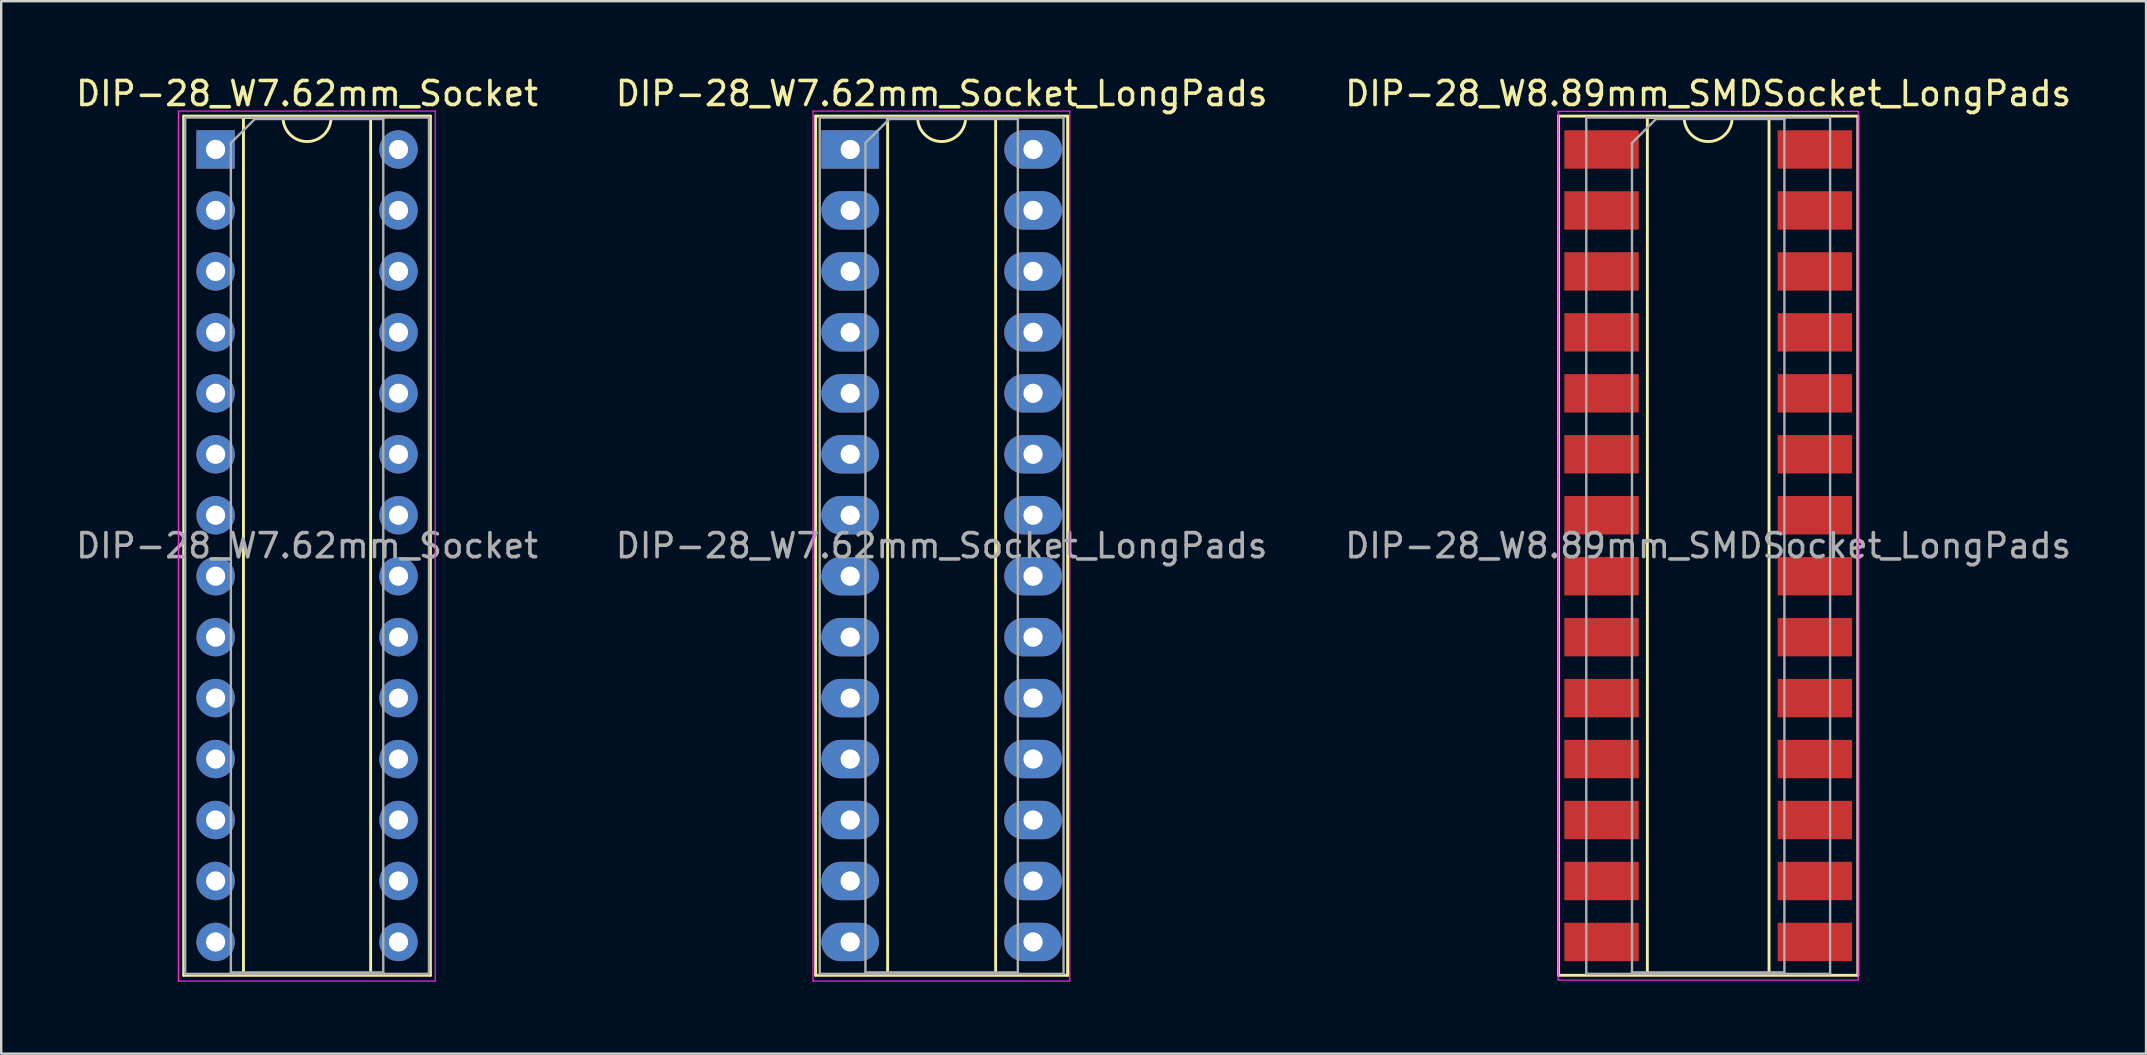
<source format=kicad_pcb>
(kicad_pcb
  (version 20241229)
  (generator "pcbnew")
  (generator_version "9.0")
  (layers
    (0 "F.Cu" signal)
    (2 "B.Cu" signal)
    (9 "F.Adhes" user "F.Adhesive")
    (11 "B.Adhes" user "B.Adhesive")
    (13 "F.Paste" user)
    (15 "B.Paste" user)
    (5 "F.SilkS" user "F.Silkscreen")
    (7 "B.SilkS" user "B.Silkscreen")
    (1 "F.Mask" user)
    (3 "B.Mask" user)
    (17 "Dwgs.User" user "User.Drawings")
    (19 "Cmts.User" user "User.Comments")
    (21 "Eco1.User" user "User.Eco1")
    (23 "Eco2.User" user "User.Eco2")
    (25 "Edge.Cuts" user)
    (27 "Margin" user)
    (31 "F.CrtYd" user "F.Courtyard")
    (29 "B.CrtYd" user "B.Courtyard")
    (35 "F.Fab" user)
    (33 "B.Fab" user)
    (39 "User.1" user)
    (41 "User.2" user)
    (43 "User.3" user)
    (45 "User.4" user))
  (footprint "DIP-28_W8.89mm_SMDSocket_LongPads"
    (layer "F.Cu")
    (at 68.125 19.688)
    (property "Reference" "DIP-28_W8.89mm_SMDSocket_LongPads" (at 0 -18.84 0) (layer "F.SilkS") (effects (font (size 1 1) (thickness 0.15))))
    (attr smd)
    (fp_line (start -6.235 -17.9) (end -6.235 17.9) (stroke (width 0.12) (type solid)) (layer "F.SilkS"))
    (fp_line (start -6.235 17.9) (end 6.235 17.9) (stroke (width 0.12) (type solid)) (layer "F.SilkS"))
    (fp_line (start -2.535 -17.84) (end -2.535 17.84) (stroke (width 0.12) (type solid)) (layer "F.SilkS"))
    (fp_line (start -2.535 17.84) (end 2.535 17.84) (stroke (width 0.12) (type solid)) (layer "F.SilkS"))
    (fp_line (start -1 -17.84) (end -2.535 -17.84) (stroke (width 0.12) (type solid)) (layer "F.SilkS"))
    (fp_line (start 2.535 -17.84) (end 1 -17.84) (stroke (width 0.12) (type solid)) (layer "F.SilkS"))
    (fp_line (start 2.535 17.84) (end 2.535 -17.84) (stroke (width 0.12) (type solid)) (layer "F.SilkS"))
    (fp_line (start 6.235 -17.9) (end -6.235 -17.9) (stroke (width 0.12) (type solid)) (layer "F.SilkS"))
    (fp_line (start 6.235 17.9) (end 6.235 -17.9) (stroke (width 0.12) (type solid)) (layer "F.SilkS"))
    (fp_arc (start 1 -17.84) (mid 0 -16.84) (end -1 -17.84) (stroke (width 0.12) (type solid)) (layer "F.SilkS"))
    (fp_line (start -6.25 -18.1) (end -6.25 18.1) (stroke (width 0.05) (type solid)) (layer "F.CrtYd"))
    (fp_line (start -6.25 18.1) (end 6.25 18.1) (stroke (width 0.05) (type solid)) (layer "F.CrtYd"))
    (fp_line (start 6.25 -18.1) (end -6.25 -18.1) (stroke (width 0.05) (type solid)) (layer "F.CrtYd"))
    (fp_line (start 6.25 18.1) (end 6.25 -18.1) (stroke (width 0.05) (type solid)) (layer "F.CrtYd"))
    (fp_line (start -5.08 -17.84) (end -5.08 17.84) (stroke (width 0.1) (type solid)) (layer "F.Fab"))
    (fp_line (start -5.08 17.84) (end 5.08 17.84) (stroke (width 0.1) (type solid)) (layer "F.Fab"))
    (fp_line (start -3.175 -16.78) (end -2.175 -17.78) (stroke (width 0.1) (type solid)) (layer "F.Fab"))
    (fp_line (start -3.175 17.78) (end -3.175 -16.78) (stroke (width 0.1) (type solid)) (layer "F.Fab"))
    (fp_line (start -2.175 -17.78) (end 3.175 -17.78) (stroke (width 0.1) (type solid)) (layer "F.Fab"))
    (fp_line (start 3.175 -17.78) (end 3.175 17.78) (stroke (width 0.1) (type solid)) (layer "F.Fab"))
    (fp_line (start 3.175 17.78) (end -3.175 17.78) (stroke (width 0.1) (type solid)) (layer "F.Fab"))
    (fp_line (start 5.08 -17.84) (end -5.08 -17.84) (stroke (width 0.1) (type solid)) (layer "F.Fab"))
    (fp_line (start 5.08 17.84) (end 5.08 -17.84) (stroke (width 0.1) (type solid)) (layer "F.Fab"))
    (fp_text user "${REFERENCE}" (at 0 0 0) (layer "F.Fab") (effects (font (size 1 1) (thickness 0.15))))
    (pad "1" smd rect (at -4.445 -16.51) (size 3.1 1.6) (layers "F.Cu" "F.Mask" "F.Paste"))
    (pad "2" smd rect (at -4.445 -13.97) (size 3.1 1.6) (layers "F.Cu" "F.Mask" "F.Paste"))
    (pad "3" smd rect (at -4.445 -11.43) (size 3.1 1.6) (layers "F.Cu" "F.Mask" "F.Paste"))
    (pad "4" smd rect (at -4.445 -8.89) (size 3.1 1.6) (layers "F.Cu" "F.Mask" "F.Paste"))
    (pad "5" smd rect (at -4.445 -6.35) (size 3.1 1.6) (layers "F.Cu" "F.Mask" "F.Paste"))
    (pad "6" smd rect (at -4.445 -3.81) (size 3.1 1.6) (layers "F.Cu" "F.Mask" "F.Paste"))
    (pad "7" smd rect (at -4.445 -1.27) (size 3.1 1.6) (layers "F.Cu" "F.Mask" "F.Paste"))
    (pad "8" smd rect (at -4.445 1.27) (size 3.1 1.6) (layers "F.Cu" "F.Mask" "F.Paste"))
    (pad "9" smd rect (at -4.445 3.81) (size 3.1 1.6) (layers "F.Cu" "F.Mask" "F.Paste"))
    (pad "10" smd rect (at -4.445 6.35) (size 3.1 1.6) (layers "F.Cu" "F.Mask" "F.Paste"))
    (pad "11" smd rect (at -4.445 8.89) (size 3.1 1.6) (layers "F.Cu" "F.Mask" "F.Paste"))
    (pad "12" smd rect (at -4.445 11.43) (size 3.1 1.6) (layers "F.Cu" "F.Mask" "F.Paste"))
    (pad "13" smd rect (at -4.445 13.97) (size 3.1 1.6) (layers "F.Cu" "F.Mask" "F.Paste"))
    (pad "14" smd rect (at -4.445 16.51) (size 3.1 1.6) (layers "F.Cu" "F.Mask" "F.Paste"))
    (pad "15" smd rect (at 4.445 16.51) (size 3.1 1.6) (layers "F.Cu" "F.Mask" "F.Paste"))
    (pad "16" smd rect (at 4.445 13.97) (size 3.1 1.6) (layers "F.Cu" "F.Mask" "F.Paste"))
    (pad "17" smd rect (at 4.445 11.43) (size 3.1 1.6) (layers "F.Cu" "F.Mask" "F.Paste"))
    (pad "18" smd rect (at 4.445 8.89) (size 3.1 1.6) (layers "F.Cu" "F.Mask" "F.Paste"))
    (pad "19" smd rect (at 4.445 6.35) (size 3.1 1.6) (layers "F.Cu" "F.Mask" "F.Paste"))
    (pad "20" smd rect (at 4.445 3.81) (size 3.1 1.6) (layers "F.Cu" "F.Mask" "F.Paste"))
    (pad "21" smd rect (at 4.445 1.27) (size 3.1 1.6) (layers "F.Cu" "F.Mask" "F.Paste"))
    (pad "22" smd rect (at 4.445 -1.27) (size 3.1 1.6) (layers "F.Cu" "F.Mask" "F.Paste"))
    (pad "23" smd rect (at 4.445 -3.81) (size 3.1 1.6) (layers "F.Cu" "F.Mask" "F.Paste"))
    (pad "24" smd rect (at 4.445 -6.35) (size 3.1 1.6) (layers "F.Cu" "F.Mask" "F.Paste"))
    (pad "25" smd rect (at 4.445 -8.89) (size 3.1 1.6) (layers "F.Cu" "F.Mask" "F.Paste"))
    (pad "26" smd rect (at 4.445 -11.43) (size 3.1 1.6) (layers "F.Cu" "F.Mask" "F.Paste"))
    (pad "27" smd rect (at 4.445 -13.97) (size 3.1 1.6) (layers "F.Cu" "F.Mask" "F.Paste"))
    (pad "28" smd rect (at 4.445 -16.51) (size 3.1 1.6) (layers "F.Cu" "F.Mask" "F.Paste")))
  (footprint "DIP-28_W7.62mm_Socket"
    (layer "F.Cu")
    (at 5.934 3.178)
    (property "Reference" "DIP-28_W7.62mm_Socket" (at 3.81 -2.33 0) (layer "F.SilkS") (effects (font (size 1 1) (thickness 0.15))))
    (attr through_hole)
    (fp_line (start -1.33 -1.39) (end -1.33 34.41) (stroke (width 0.12) (type solid)) (layer "F.SilkS"))
    (fp_line (start -1.33 34.41) (end 8.95 34.41) (stroke (width 0.12) (type solid)) (layer "F.SilkS"))
    (fp_line (start 1.16 -1.33) (end 1.16 34.35) (stroke (width 0.12) (type solid)) (layer "F.SilkS"))
    (fp_line (start 1.16 34.35) (end 6.46 34.35) (stroke (width 0.12) (type solid)) (layer "F.SilkS"))
    (fp_line (start 2.81 -1.33) (end 1.16 -1.33) (stroke (width 0.12) (type solid)) (layer "F.SilkS"))
    (fp_line (start 6.46 -1.33) (end 4.81 -1.33) (stroke (width 0.12) (type solid)) (layer "F.SilkS"))
    (fp_line (start 6.46 34.35) (end 6.46 -1.33) (stroke (width 0.12) (type solid)) (layer "F.SilkS"))
    (fp_line (start 8.95 -1.39) (end -1.33 -1.39) (stroke (width 0.12) (type solid)) (layer "F.SilkS"))
    (fp_line (start 8.95 34.41) (end 8.95 -1.39) (stroke (width 0.12) (type solid)) (layer "F.SilkS"))
    (fp_arc (start 4.81 -1.33) (mid 3.81 -0.33) (end 2.81 -1.33) (stroke (width 0.12) (type solid)) (layer "F.SilkS"))
    (fp_line (start -1.55 -1.6) (end -1.55 34.65) (stroke (width 0.05) (type solid)) (layer "F.CrtYd"))
    (fp_line (start -1.55 34.65) (end 9.15 34.65) (stroke (width 0.05) (type solid)) (layer "F.CrtYd"))
    (fp_line (start 9.15 -1.6) (end -1.55 -1.6) (stroke (width 0.05) (type solid)) (layer "F.CrtYd"))
    (fp_line (start 9.15 34.65) (end 9.15 -1.6) (stroke (width 0.05) (type solid)) (layer "F.CrtYd"))
    (fp_line (start -1.27 -1.33) (end -1.27 34.35) (stroke (width 0.1) (type solid)) (layer "F.Fab"))
    (fp_line (start -1.27 34.35) (end 8.89 34.35) (stroke (width 0.1) (type solid)) (layer "F.Fab"))
    (fp_line (start 0.635 -0.27) (end 1.635 -1.27) (stroke (width 0.1) (type solid)) (layer "F.Fab"))
    (fp_line (start 0.635 34.29) (end 0.635 -0.27) (stroke (width 0.1) (type solid)) (layer "F.Fab"))
    (fp_line (start 1.635 -1.27) (end 6.985 -1.27) (stroke (width 0.1) (type solid)) (layer "F.Fab"))
    (fp_line (start 6.985 -1.27) (end 6.985 34.29) (stroke (width 0.1) (type solid)) (layer "F.Fab"))
    (fp_line (start 6.985 34.29) (end 0.635 34.29) (stroke (width 0.1) (type solid)) (layer "F.Fab"))
    (fp_line (start 8.89 -1.33) (end -1.27 -1.33) (stroke (width 0.1) (type solid)) (layer "F.Fab"))
    (fp_line (start 8.89 34.35) (end 8.89 -1.33) (stroke (width 0.1) (type solid)) (layer "F.Fab"))
    (fp_text user "${REFERENCE}" (at 3.81 16.51 0) (layer "F.Fab") (effects (font (size 1 1) (thickness 0.15))))
    (pad "1" thru_hole rect (at 0 0) (size 1.6 1.6) (drill 0.8) (layers "*.Cu" "*.Mask"))
    (pad "2" thru_hole oval (at 0 2.54) (size 1.6 1.6) (drill 0.8) (layers "*.Cu" "*.Mask"))
    (pad "3" thru_hole oval (at 0 5.08) (size 1.6 1.6) (drill 0.8) (layers "*.Cu" "*.Mask"))
    (pad "4" thru_hole oval (at 0 7.62) (size 1.6 1.6) (drill 0.8) (layers "*.Cu" "*.Mask"))
    (pad "5" thru_hole oval (at 0 10.16) (size 1.6 1.6) (drill 0.8) (layers "*.Cu" "*.Mask"))
    (pad "6" thru_hole oval (at 0 12.7) (size 1.6 1.6) (drill 0.8) (layers "*.Cu" "*.Mask"))
    (pad "7" thru_hole oval (at 0 15.24) (size 1.6 1.6) (drill 0.8) (layers "*.Cu" "*.Mask"))
    (pad "8" thru_hole oval (at 0 17.78) (size 1.6 1.6) (drill 0.8) (layers "*.Cu" "*.Mask"))
    (pad "9" thru_hole oval (at 0 20.32) (size 1.6 1.6) (drill 0.8) (layers "*.Cu" "*.Mask"))
    (pad "10" thru_hole oval (at 0 22.86) (size 1.6 1.6) (drill 0.8) (layers "*.Cu" "*.Mask"))
    (pad "11" thru_hole oval (at 0 25.4) (size 1.6 1.6) (drill 0.8) (layers "*.Cu" "*.Mask"))
    (pad "12" thru_hole oval (at 0 27.94) (size 1.6 1.6) (drill 0.8) (layers "*.Cu" "*.Mask"))
    (pad "13" thru_hole oval (at 0 30.48) (size 1.6 1.6) (drill 0.8) (layers "*.Cu" "*.Mask"))
    (pad "14" thru_hole oval (at 0 33.02) (size 1.6 1.6) (drill 0.8) (layers "*.Cu" "*.Mask"))
    (pad "15" thru_hole oval (at 7.62 33.02) (size 1.6 1.6) (drill 0.8) (layers "*.Cu" "*.Mask"))
    (pad "16" thru_hole oval (at 7.62 30.48) (size 1.6 1.6) (drill 0.8) (layers "*.Cu" "*.Mask"))
    (pad "17" thru_hole oval (at 7.62 27.94) (size 1.6 1.6) (drill 0.8) (layers "*.Cu" "*.Mask"))
    (pad "18" thru_hole oval (at 7.62 25.4) (size 1.6 1.6) (drill 0.8) (layers "*.Cu" "*.Mask"))
    (pad "19" thru_hole oval (at 7.62 22.86) (size 1.6 1.6) (drill 0.8) (layers "*.Cu" "*.Mask"))
    (pad "20" thru_hole oval (at 7.62 20.32) (size 1.6 1.6) (drill 0.8) (layers "*.Cu" "*.Mask"))
    (pad "21" thru_hole oval (at 7.62 17.78) (size 1.6 1.6) (drill 0.8) (layers "*.Cu" "*.Mask"))
    (pad "22" thru_hole oval (at 7.62 15.24) (size 1.6 1.6) (drill 0.8) (layers "*.Cu" "*.Mask"))
    (pad "23" thru_hole oval (at 7.62 12.7) (size 1.6 1.6) (drill 0.8) (layers "*.Cu" "*.Mask"))
    (pad "24" thru_hole oval (at 7.62 10.16) (size 1.6 1.6) (drill 0.8) (layers "*.Cu" "*.Mask"))
    (pad "25" thru_hole oval (at 7.62 7.62) (size 1.6 1.6) (drill 0.8) (layers "*.Cu" "*.Mask"))
    (pad "26" thru_hole oval (at 7.62 5.08) (size 1.6 1.6) (drill 0.8) (layers "*.Cu" "*.Mask"))
    (pad "27" thru_hole oval (at 7.62 2.54) (size 1.6 1.6) (drill 0.8) (layers "*.Cu" "*.Mask"))
    (pad "28" thru_hole oval (at 7.62 0) (size 1.6 1.6) (drill 0.8) (layers "*.Cu" "*.Mask")))
  (footprint "DIP-28_W7.62mm_Socket_LongPads"
    (layer "F.Cu")
    (at 32.375 3.178)
    (property "Reference" "DIP-28_W7.62mm_Socket_LongPads" (at 3.81 -2.33 0) (layer "F.SilkS") (effects (font (size 1 1) (thickness 0.15))))
    (attr through_hole)
    (fp_line (start -1.44 -1.39) (end -1.44 34.41) (stroke (width 0.12) (type solid)) (layer "F.SilkS"))
    (fp_line (start -1.44 34.41) (end 9.06 34.41) (stroke (width 0.12) (type solid)) (layer "F.SilkS"))
    (fp_line (start 1.56 -1.33) (end 1.56 34.35) (stroke (width 0.12) (type solid)) (layer "F.SilkS"))
    (fp_line (start 1.56 34.35) (end 6.06 34.35) (stroke (width 0.12) (type solid)) (layer "F.SilkS"))
    (fp_line (start 2.81 -1.33) (end 1.56 -1.33) (stroke (width 0.12) (type solid)) (layer "F.SilkS"))
    (fp_line (start 6.06 -1.33) (end 4.81 -1.33) (stroke (width 0.12) (type solid)) (layer "F.SilkS"))
    (fp_line (start 6.06 34.35) (end 6.06 -1.33) (stroke (width 0.12) (type solid)) (layer "F.SilkS"))
    (fp_line (start 9.06 -1.39) (end -1.44 -1.39) (stroke (width 0.12) (type solid)) (layer "F.SilkS"))
    (fp_line (start 9.06 34.41) (end 9.06 -1.39) (stroke (width 0.12) (type solid)) (layer "F.SilkS"))
    (fp_arc (start 4.81 -1.33) (mid 3.81 -0.33) (end 2.81 -1.33) (stroke (width 0.12) (type solid)) (layer "F.SilkS"))
    (fp_line (start -1.55 -1.6) (end -1.55 34.65) (stroke (width 0.05) (type solid)) (layer "F.CrtYd"))
    (fp_line (start -1.55 34.65) (end 9.15 34.65) (stroke (width 0.05) (type solid)) (layer "F.CrtYd"))
    (fp_line (start 9.15 -1.6) (end -1.55 -1.6) (stroke (width 0.05) (type solid)) (layer "F.CrtYd"))
    (fp_line (start 9.15 34.65) (end 9.15 -1.6) (stroke (width 0.05) (type solid)) (layer "F.CrtYd"))
    (fp_line (start -1.27 -1.33) (end -1.27 34.35) (stroke (width 0.1) (type solid)) (layer "F.Fab"))
    (fp_line (start -1.27 34.35) (end 8.89 34.35) (stroke (width 0.1) (type solid)) (layer "F.Fab"))
    (fp_line (start 0.635 -0.27) (end 1.635 -1.27) (stroke (width 0.1) (type solid)) (layer "F.Fab"))
    (fp_line (start 0.635 34.29) (end 0.635 -0.27) (stroke (width 0.1) (type solid)) (layer "F.Fab"))
    (fp_line (start 1.635 -1.27) (end 6.985 -1.27) (stroke (width 0.1) (type solid)) (layer "F.Fab"))
    (fp_line (start 6.985 -1.27) (end 6.985 34.29) (stroke (width 0.1) (type solid)) (layer "F.Fab"))
    (fp_line (start 6.985 34.29) (end 0.635 34.29) (stroke (width 0.1) (type solid)) (layer "F.Fab"))
    (fp_line (start 8.89 -1.33) (end -1.27 -1.33) (stroke (width 0.1) (type solid)) (layer "F.Fab"))
    (fp_line (start 8.89 34.35) (end 8.89 -1.33) (stroke (width 0.1) (type solid)) (layer "F.Fab"))
    (fp_text user "${REFERENCE}" (at 3.81 16.51 0) (layer "F.Fab") (effects (font (size 1 1) (thickness 0.15))))
    (pad "1" thru_hole rect (at 0 0) (size 2.4 1.6) (drill 0.8) (layers "*.Cu" "*.Mask"))
    (pad "2" thru_hole oval (at 0 2.54) (size 2.4 1.6) (drill 0.8) (layers "*.Cu" "*.Mask"))
    (pad "3" thru_hole oval (at 0 5.08) (size 2.4 1.6) (drill 0.8) (layers "*.Cu" "*.Mask"))
    (pad "4" thru_hole oval (at 0 7.62) (size 2.4 1.6) (drill 0.8) (layers "*.Cu" "*.Mask"))
    (pad "5" thru_hole oval (at 0 10.16) (size 2.4 1.6) (drill 0.8) (layers "*.Cu" "*.Mask"))
    (pad "6" thru_hole oval (at 0 12.7) (size 2.4 1.6) (drill 0.8) (layers "*.Cu" "*.Mask"))
    (pad "7" thru_hole oval (at 0 15.24) (size 2.4 1.6) (drill 0.8) (layers "*.Cu" "*.Mask"))
    (pad "8" thru_hole oval (at 0 17.78) (size 2.4 1.6) (drill 0.8) (layers "*.Cu" "*.Mask"))
    (pad "9" thru_hole oval (at 0 20.32) (size 2.4 1.6) (drill 0.8) (layers "*.Cu" "*.Mask"))
    (pad "10" thru_hole oval (at 0 22.86) (size 2.4 1.6) (drill 0.8) (layers "*.Cu" "*.Mask"))
    (pad "11" thru_hole oval (at 0 25.4) (size 2.4 1.6) (drill 0.8) (layers "*.Cu" "*.Mask"))
    (pad "12" thru_hole oval (at 0 27.94) (size 2.4 1.6) (drill 0.8) (layers "*.Cu" "*.Mask"))
    (pad "13" thru_hole oval (at 0 30.48) (size 2.4 1.6) (drill 0.8) (layers "*.Cu" "*.Mask"))
    (pad "14" thru_hole oval (at 0 33.02) (size 2.4 1.6) (drill 0.8) (layers "*.Cu" "*.Mask"))
    (pad "15" thru_hole oval (at 7.62 33.02) (size 2.4 1.6) (drill 0.8) (layers "*.Cu" "*.Mask"))
    (pad "16" thru_hole oval (at 7.62 30.48) (size 2.4 1.6) (drill 0.8) (layers "*.Cu" "*.Mask"))
    (pad "17" thru_hole oval (at 7.62 27.94) (size 2.4 1.6) (drill 0.8) (layers "*.Cu" "*.Mask"))
    (pad "18" thru_hole oval (at 7.62 25.4) (size 2.4 1.6) (drill 0.8) (layers "*.Cu" "*.Mask"))
    (pad "19" thru_hole oval (at 7.62 22.86) (size 2.4 1.6) (drill 0.8) (layers "*.Cu" "*.Mask"))
    (pad "20" thru_hole oval (at 7.62 20.32) (size 2.4 1.6) (drill 0.8) (layers "*.Cu" "*.Mask"))
    (pad "21" thru_hole oval (at 7.62 17.78) (size 2.4 1.6) (drill 0.8) (layers "*.Cu" "*.Mask"))
    (pad "22" thru_hole oval (at 7.62 15.24) (size 2.4 1.6) (drill 0.8) (layers "*.Cu" "*.Mask"))
    (pad "23" thru_hole oval (at 7.62 12.7) (size 2.4 1.6) (drill 0.8) (layers "*.Cu" "*.Mask"))
    (pad "24" thru_hole oval (at 7.62 10.16) (size 2.4 1.6) (drill 0.8) (layers "*.Cu" "*.Mask"))
    (pad "25" thru_hole oval (at 7.62 7.62) (size 2.4 1.6) (drill 0.8) (layers "*.Cu" "*.Mask"))
    (pad "26" thru_hole oval (at 7.62 5.08) (size 2.4 1.6) (drill 0.8) (layers "*.Cu" "*.Mask"))
    (pad "27" thru_hole oval (at 7.62 2.54) (size 2.4 1.6) (drill 0.8) (layers "*.Cu" "*.Mask"))
    (pad "28" thru_hole oval (at 7.62 0) (size 2.4 1.6) (drill 0.8) (layers "*.Cu" "*.Mask")))
  (gr_rect
    (start -3 -3)
    (end 86.369 40.853)
    (stroke (width 0.1) (type default))
    (fill no)
    (layer "Edge.Cuts")))
</source>
